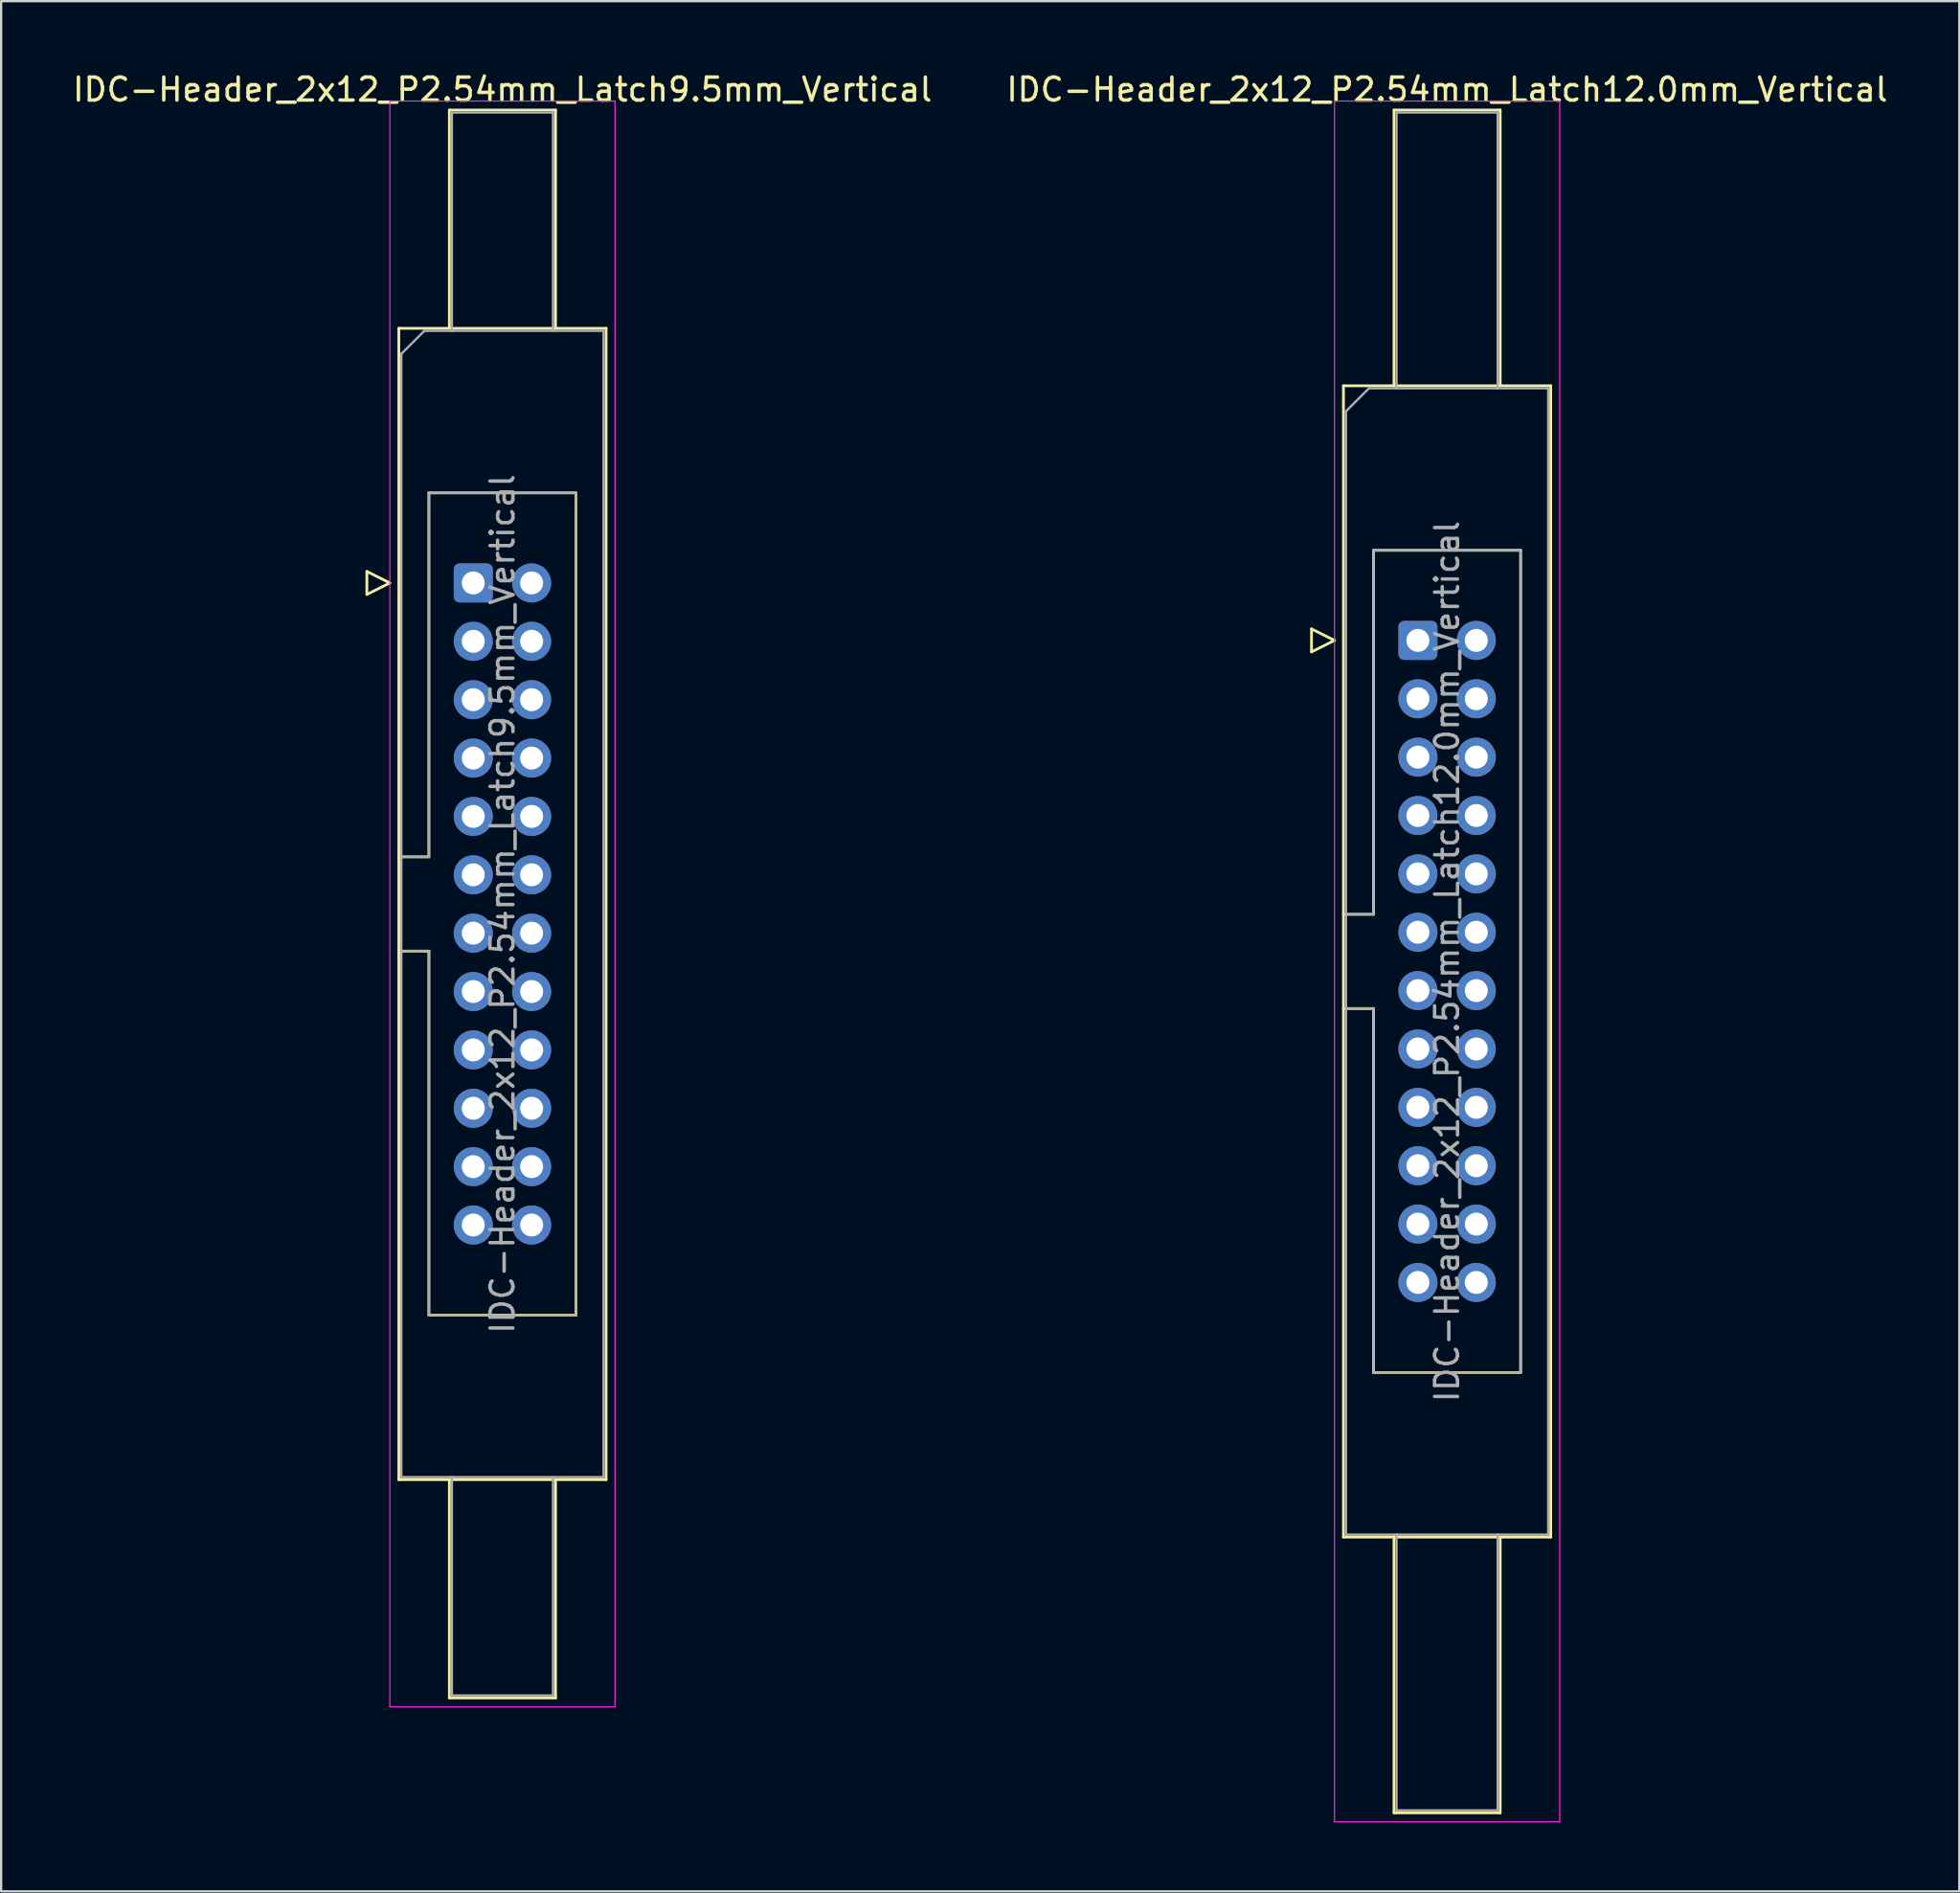
<source format=kicad_pcb>
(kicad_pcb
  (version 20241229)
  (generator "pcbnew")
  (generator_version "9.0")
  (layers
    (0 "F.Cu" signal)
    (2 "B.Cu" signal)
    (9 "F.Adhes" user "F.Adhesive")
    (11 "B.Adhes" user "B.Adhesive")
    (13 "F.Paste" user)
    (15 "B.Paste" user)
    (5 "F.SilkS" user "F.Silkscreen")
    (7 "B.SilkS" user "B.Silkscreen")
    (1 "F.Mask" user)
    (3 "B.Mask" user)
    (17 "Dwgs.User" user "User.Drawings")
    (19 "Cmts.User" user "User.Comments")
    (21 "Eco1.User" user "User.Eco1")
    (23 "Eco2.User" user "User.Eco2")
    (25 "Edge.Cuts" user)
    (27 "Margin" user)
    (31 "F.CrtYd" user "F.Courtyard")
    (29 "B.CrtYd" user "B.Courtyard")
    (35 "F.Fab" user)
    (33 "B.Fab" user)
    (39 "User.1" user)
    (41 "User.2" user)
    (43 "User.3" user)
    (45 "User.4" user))
  (footprint "IDC-Header_2x12_P2.54mm_Latch12.0mm_Vertical"
    (layer "F.Cu")
    (at 58.653 24.818)
    (property "Reference" "IDC-Header_2x12_P2.54mm_Latch12.0mm_Vertical" (at 1.27 -23.97 0) (layer "F.SilkS") (effects (font (size 1 1) (thickness 0.15))))
    (attr through_hole)
    (fp_line (start -4.63 -0.5) (end -4.63 0.5) (stroke (width 0.12) (type solid)) (layer "F.SilkS"))
    (fp_line (start -4.63 0.5) (end -3.63 0) (stroke (width 0.12) (type solid)) (layer "F.SilkS"))
    (fp_line (start -3.63 0) (end -4.63 -0.5) (stroke (width 0.12) (type solid)) (layer "F.SilkS"))
    (fp_line (start -3.24 -11.08) (end 5.78 -11.08) (stroke (width 0.12) (type solid)) (layer "F.SilkS"))
    (fp_line (start -3.24 11.92) (end -1.93 11.92) (stroke (width 0.12) (type solid)) (layer "F.SilkS"))
    (fp_line (start -3.24 39.02) (end -3.24 -11.08) (stroke (width 0.12) (type solid)) (layer "F.SilkS"))
    (fp_line (start -1.93 -3.92) (end 4.47 -3.92) (stroke (width 0.12) (type solid)) (layer "F.SilkS"))
    (fp_line (start -1.93 11.92) (end -1.93 -3.92) (stroke (width 0.12) (type solid)) (layer "F.SilkS"))
    (fp_line (start -1.93 16.02) (end -3.24 16.02) (stroke (width 0.12) (type solid)) (layer "F.SilkS"))
    (fp_line (start -1.93 16.02) (end -1.93 16.02) (stroke (width 0.12) (type solid)) (layer "F.SilkS"))
    (fp_line (start -1.93 31.86) (end -1.93 16.02) (stroke (width 0.12) (type solid)) (layer "F.SilkS"))
    (fp_line (start -1.04 -23.08) (end 3.58 -23.08) (stroke (width 0.12) (type solid)) (layer "F.SilkS"))
    (fp_line (start -1.04 -11.08) (end -1.04 -23.08) (stroke (width 0.12) (type solid)) (layer "F.SilkS"))
    (fp_line (start -1.04 39.02) (end -1.04 51.02) (stroke (width 0.12) (type solid)) (layer "F.SilkS"))
    (fp_line (start -1.04 51.02) (end 3.58 51.02) (stroke (width 0.12) (type solid)) (layer "F.SilkS"))
    (fp_line (start 3.58 -23.08) (end 3.58 -11.08) (stroke (width 0.12) (type solid)) (layer "F.SilkS"))
    (fp_line (start 3.58 51.02) (end 3.58 39.02) (stroke (width 0.12) (type solid)) (layer "F.SilkS"))
    (fp_line (start 4.47 -3.92) (end 4.47 31.86) (stroke (width 0.12) (type solid)) (layer "F.SilkS"))
    (fp_line (start 4.47 31.86) (end -1.93 31.86) (stroke (width 0.12) (type solid)) (layer "F.SilkS"))
    (fp_line (start 5.78 -11.08) (end 5.78 39.02) (stroke (width 0.12) (type solid)) (layer "F.SilkS"))
    (fp_line (start 5.78 39.02) (end -3.24 39.02) (stroke (width 0.12) (type solid)) (layer "F.SilkS"))
    (fp_line (start -3.63 -23.47) (end -3.63 51.41) (stroke (width 0.05) (type solid)) (layer "F.CrtYd"))
    (fp_line (start -3.63 51.41) (end 6.17 51.41) (stroke (width 0.05) (type solid)) (layer "F.CrtYd"))
    (fp_line (start 6.17 -23.47) (end -3.63 -23.47) (stroke (width 0.05) (type solid)) (layer "F.CrtYd"))
    (fp_line (start 6.17 51.41) (end 6.17 -23.47) (stroke (width 0.05) (type solid)) (layer "F.CrtYd"))
    (fp_line (start -3.13 -9.97) (end -2.13 -10.97) (stroke (width 0.1) (type solid)) (layer "F.Fab"))
    (fp_line (start -3.13 11.92) (end -1.93 11.92) (stroke (width 0.1) (type solid)) (layer "F.Fab"))
    (fp_line (start -3.13 38.91) (end -3.13 -9.97) (stroke (width 0.1) (type solid)) (layer "F.Fab"))
    (fp_line (start -2.13 -10.97) (end 5.67 -10.97) (stroke (width 0.1) (type solid)) (layer "F.Fab"))
    (fp_line (start -1.93 -3.92) (end 4.47 -3.92) (stroke (width 0.1) (type solid)) (layer "F.Fab"))
    (fp_line (start -1.93 11.92) (end -1.93 -3.92) (stroke (width 0.1) (type solid)) (layer "F.Fab"))
    (fp_line (start -1.93 16.02) (end -3.13 16.02) (stroke (width 0.1) (type solid)) (layer "F.Fab"))
    (fp_line (start -1.93 16.02) (end -1.93 16.02) (stroke (width 0.1) (type solid)) (layer "F.Fab"))
    (fp_line (start -1.93 31.86) (end -1.93 16.02) (stroke (width 0.1) (type solid)) (layer "F.Fab"))
    (fp_line (start -0.93 -22.97) (end 3.47 -22.97) (stroke (width 0.1) (type solid)) (layer "F.Fab"))
    (fp_line (start -0.93 -10.97) (end -0.93 -22.97) (stroke (width 0.1) (type solid)) (layer "F.Fab"))
    (fp_line (start -0.93 38.91) (end -0.93 50.91) (stroke (width 0.1) (type solid)) (layer "F.Fab"))
    (fp_line (start -0.93 50.91) (end 3.47 50.91) (stroke (width 0.1) (type solid)) (layer "F.Fab"))
    (fp_line (start 3.47 -22.97) (end 3.47 -10.97) (stroke (width 0.1) (type solid)) (layer "F.Fab"))
    (fp_line (start 3.47 50.91) (end 3.47 38.91) (stroke (width 0.1) (type solid)) (layer "F.Fab"))
    (fp_line (start 4.47 -3.92) (end 4.47 31.86) (stroke (width 0.1) (type solid)) (layer "F.Fab"))
    (fp_line (start 4.47 31.86) (end -1.93 31.86) (stroke (width 0.1) (type solid)) (layer "F.Fab"))
    (fp_line (start 5.67 -10.97) (end 5.67 38.91) (stroke (width 0.1) (type solid)) (layer "F.Fab"))
    (fp_line (start 5.67 38.91) (end -3.13 38.91) (stroke (width 0.1) (type solid)) (layer "F.Fab"))
    (fp_text user "${REFERENCE}" (at 1.27 13.97 90) (layer "F.Fab") (effects (font (size 1 1) (thickness 0.15))))
    (pad "1" thru_hole roundrect (at 0 0) (size 1.7 1.7) (drill 1) (layers "*.Cu" "*.Mask") (roundrect_rratio 0.147))
    (pad "2" thru_hole circle (at 2.54 0) (size 1.7 1.7) (drill 1) (layers "*.Cu" "*.Mask"))
    (pad "3" thru_hole circle (at 0 2.54) (size 1.7 1.7) (drill 1) (layers "*.Cu" "*.Mask"))
    (pad "4" thru_hole circle (at 2.54 2.54) (size 1.7 1.7) (drill 1) (layers "*.Cu" "*.Mask"))
    (pad "5" thru_hole circle (at 0 5.08) (size 1.7 1.7) (drill 1) (layers "*.Cu" "*.Mask"))
    (pad "6" thru_hole circle (at 2.54 5.08) (size 1.7 1.7) (drill 1) (layers "*.Cu" "*.Mask"))
    (pad "7" thru_hole circle (at 0 7.62) (size 1.7 1.7) (drill 1) (layers "*.Cu" "*.Mask"))
    (pad "8" thru_hole circle (at 2.54 7.62) (size 1.7 1.7) (drill 1) (layers "*.Cu" "*.Mask"))
    (pad "9" thru_hole circle (at 0 10.16) (size 1.7 1.7) (drill 1) (layers "*.Cu" "*.Mask"))
    (pad "10" thru_hole circle (at 2.54 10.16) (size 1.7 1.7) (drill 1) (layers "*.Cu" "*.Mask"))
    (pad "11" thru_hole circle (at 0 12.7) (size 1.7 1.7) (drill 1) (layers "*.Cu" "*.Mask"))
    (pad "12" thru_hole circle (at 2.54 12.7) (size 1.7 1.7) (drill 1) (layers "*.Cu" "*.Mask"))
    (pad "13" thru_hole circle (at 0 15.24) (size 1.7 1.7) (drill 1) (layers "*.Cu" "*.Mask"))
    (pad "14" thru_hole circle (at 2.54 15.24) (size 1.7 1.7) (drill 1) (layers "*.Cu" "*.Mask"))
    (pad "15" thru_hole circle (at 0 17.78) (size 1.7 1.7) (drill 1) (layers "*.Cu" "*.Mask"))
    (pad "16" thru_hole circle (at 2.54 17.78) (size 1.7 1.7) (drill 1) (layers "*.Cu" "*.Mask"))
    (pad "17" thru_hole circle (at 0 20.32) (size 1.7 1.7) (drill 1) (layers "*.Cu" "*.Mask"))
    (pad "18" thru_hole circle (at 2.54 20.32) (size 1.7 1.7) (drill 1) (layers "*.Cu" "*.Mask"))
    (pad "19" thru_hole circle (at 0 22.86) (size 1.7 1.7) (drill 1) (layers "*.Cu" "*.Mask"))
    (pad "20" thru_hole circle (at 2.54 22.86) (size 1.7 1.7) (drill 1) (layers "*.Cu" "*.Mask"))
    (pad "21" thru_hole circle (at 0 25.4) (size 1.7 1.7) (drill 1) (layers "*.Cu" "*.Mask"))
    (pad "22" thru_hole circle (at 2.54 25.4) (size 1.7 1.7) (drill 1) (layers "*.Cu" "*.Mask"))
    (pad "23" thru_hole circle (at 0 27.94) (size 1.7 1.7) (drill 1) (layers "*.Cu" "*.Mask"))
    (pad "24" thru_hole circle (at 2.54 27.94) (size 1.7 1.7) (drill 1) (layers "*.Cu" "*.Mask")))
  (footprint "IDC-Header_2x12_P2.54mm_Latch9.5mm_Vertical"
    (layer "F.Cu")
    (at 17.545 22.318)
    (property "Reference" "IDC-Header_2x12_P2.54mm_Latch9.5mm_Vertical" (at 1.27 -21.47 0) (layer "F.SilkS") (effects (font (size 1 1) (thickness 0.15))))
    (attr through_hole)
    (fp_line (start -4.63 -0.5) (end -4.63 0.5) (stroke (width 0.12) (type solid)) (layer "F.SilkS"))
    (fp_line (start -4.63 0.5) (end -3.63 0) (stroke (width 0.12) (type solid)) (layer "F.SilkS"))
    (fp_line (start -3.63 0) (end -4.63 -0.5) (stroke (width 0.12) (type solid)) (layer "F.SilkS"))
    (fp_line (start -3.24 -11.08) (end 5.78 -11.08) (stroke (width 0.12) (type solid)) (layer "F.SilkS"))
    (fp_line (start -3.24 11.92) (end -1.93 11.92) (stroke (width 0.12) (type solid)) (layer "F.SilkS"))
    (fp_line (start -3.24 39.02) (end -3.24 -11.08) (stroke (width 0.12) (type solid)) (layer "F.SilkS"))
    (fp_line (start -1.93 -3.92) (end 4.47 -3.92) (stroke (width 0.12) (type solid)) (layer "F.SilkS"))
    (fp_line (start -1.93 11.92) (end -1.93 -3.92) (stroke (width 0.12) (type solid)) (layer "F.SilkS"))
    (fp_line (start -1.93 16.02) (end -3.24 16.02) (stroke (width 0.12) (type solid)) (layer "F.SilkS"))
    (fp_line (start -1.93 16.02) (end -1.93 16.02) (stroke (width 0.12) (type solid)) (layer "F.SilkS"))
    (fp_line (start -1.93 31.86) (end -1.93 16.02) (stroke (width 0.12) (type solid)) (layer "F.SilkS"))
    (fp_line (start -1.04 -20.58) (end 3.58 -20.58) (stroke (width 0.12) (type solid)) (layer "F.SilkS"))
    (fp_line (start -1.04 -11.08) (end -1.04 -20.58) (stroke (width 0.12) (type solid)) (layer "F.SilkS"))
    (fp_line (start -1.04 39.02) (end -1.04 48.52) (stroke (width 0.12) (type solid)) (layer "F.SilkS"))
    (fp_line (start -1.04 48.52) (end 3.58 48.52) (stroke (width 0.12) (type solid)) (layer "F.SilkS"))
    (fp_line (start 3.58 -20.58) (end 3.58 -11.08) (stroke (width 0.12) (type solid)) (layer "F.SilkS"))
    (fp_line (start 3.58 48.52) (end 3.58 39.02) (stroke (width 0.12) (type solid)) (layer "F.SilkS"))
    (fp_line (start 4.47 -3.92) (end 4.47 31.86) (stroke (width 0.12) (type solid)) (layer "F.SilkS"))
    (fp_line (start 4.47 31.86) (end -1.93 31.86) (stroke (width 0.12) (type solid)) (layer "F.SilkS"))
    (fp_line (start 5.78 -11.08) (end 5.78 39.02) (stroke (width 0.12) (type solid)) (layer "F.SilkS"))
    (fp_line (start 5.78 39.02) (end -3.24 39.02) (stroke (width 0.12) (type solid)) (layer "F.SilkS"))
    (fp_line (start -3.63 -20.97) (end -3.63 48.91) (stroke (width 0.05) (type solid)) (layer "F.CrtYd"))
    (fp_line (start -3.63 48.91) (end 6.17 48.91) (stroke (width 0.05) (type solid)) (layer "F.CrtYd"))
    (fp_line (start 6.17 -20.97) (end -3.63 -20.97) (stroke (width 0.05) (type solid)) (layer "F.CrtYd"))
    (fp_line (start 6.17 48.91) (end 6.17 -20.97) (stroke (width 0.05) (type solid)) (layer "F.CrtYd"))
    (fp_line (start -3.13 -9.97) (end -2.13 -10.97) (stroke (width 0.1) (type solid)) (layer "F.Fab"))
    (fp_line (start -3.13 11.92) (end -1.93 11.92) (stroke (width 0.1) (type solid)) (layer "F.Fab"))
    (fp_line (start -3.13 38.91) (end -3.13 -9.97) (stroke (width 0.1) (type solid)) (layer "F.Fab"))
    (fp_line (start -2.13 -10.97) (end 5.67 -10.97) (stroke (width 0.1) (type solid)) (layer "F.Fab"))
    (fp_line (start -1.93 -3.92) (end 4.47 -3.92) (stroke (width 0.1) (type solid)) (layer "F.Fab"))
    (fp_line (start -1.93 11.92) (end -1.93 -3.92) (stroke (width 0.1) (type solid)) (layer "F.Fab"))
    (fp_line (start -1.93 16.02) (end -3.13 16.02) (stroke (width 0.1) (type solid)) (layer "F.Fab"))
    (fp_line (start -1.93 16.02) (end -1.93 16.02) (stroke (width 0.1) (type solid)) (layer "F.Fab"))
    (fp_line (start -1.93 31.86) (end -1.93 16.02) (stroke (width 0.1) (type solid)) (layer "F.Fab"))
    (fp_line (start -0.93 -20.47) (end 3.47 -20.47) (stroke (width 0.1) (type solid)) (layer "F.Fab"))
    (fp_line (start -0.93 -10.97) (end -0.93 -20.47) (stroke (width 0.1) (type solid)) (layer "F.Fab"))
    (fp_line (start -0.93 38.91) (end -0.93 48.41) (stroke (width 0.1) (type solid)) (layer "F.Fab"))
    (fp_line (start -0.93 48.41) (end 3.47 48.41) (stroke (width 0.1) (type solid)) (layer "F.Fab"))
    (fp_line (start 3.47 -20.47) (end 3.47 -10.97) (stroke (width 0.1) (type solid)) (layer "F.Fab"))
    (fp_line (start 3.47 48.41) (end 3.47 38.91) (stroke (width 0.1) (type solid)) (layer "F.Fab"))
    (fp_line (start 4.47 -3.92) (end 4.47 31.86) (stroke (width 0.1) (type solid)) (layer "F.Fab"))
    (fp_line (start 4.47 31.86) (end -1.93 31.86) (stroke (width 0.1) (type solid)) (layer "F.Fab"))
    (fp_line (start 5.67 -10.97) (end 5.67 38.91) (stroke (width 0.1) (type solid)) (layer "F.Fab"))
    (fp_line (start 5.67 38.91) (end -3.13 38.91) (stroke (width 0.1) (type solid)) (layer "F.Fab"))
    (fp_text user "${REFERENCE}" (at 1.27 13.97 90) (layer "F.Fab") (effects (font (size 1 1) (thickness 0.15))))
    (pad "1" thru_hole roundrect (at 0 0) (size 1.7 1.7) (drill 1) (layers "*.Cu" "*.Mask") (roundrect_rratio 0.147))
    (pad "2" thru_hole circle (at 2.54 0) (size 1.7 1.7) (drill 1) (layers "*.Cu" "*.Mask"))
    (pad "3" thru_hole circle (at 0 2.54) (size 1.7 1.7) (drill 1) (layers "*.Cu" "*.Mask"))
    (pad "4" thru_hole circle (at 2.54 2.54) (size 1.7 1.7) (drill 1) (layers "*.Cu" "*.Mask"))
    (pad "5" thru_hole circle (at 0 5.08) (size 1.7 1.7) (drill 1) (layers "*.Cu" "*.Mask"))
    (pad "6" thru_hole circle (at 2.54 5.08) (size 1.7 1.7) (drill 1) (layers "*.Cu" "*.Mask"))
    (pad "7" thru_hole circle (at 0 7.62) (size 1.7 1.7) (drill 1) (layers "*.Cu" "*.Mask"))
    (pad "8" thru_hole circle (at 2.54 7.62) (size 1.7 1.7) (drill 1) (layers "*.Cu" "*.Mask"))
    (pad "9" thru_hole circle (at 0 10.16) (size 1.7 1.7) (drill 1) (layers "*.Cu" "*.Mask"))
    (pad "10" thru_hole circle (at 2.54 10.16) (size 1.7 1.7) (drill 1) (layers "*.Cu" "*.Mask"))
    (pad "11" thru_hole circle (at 0 12.7) (size 1.7 1.7) (drill 1) (layers "*.Cu" "*.Mask"))
    (pad "12" thru_hole circle (at 2.54 12.7) (size 1.7 1.7) (drill 1) (layers "*.Cu" "*.Mask"))
    (pad "13" thru_hole circle (at 0 15.24) (size 1.7 1.7) (drill 1) (layers "*.Cu" "*.Mask"))
    (pad "14" thru_hole circle (at 2.54 15.24) (size 1.7 1.7) (drill 1) (layers "*.Cu" "*.Mask"))
    (pad "15" thru_hole circle (at 0 17.78) (size 1.7 1.7) (drill 1) (layers "*.Cu" "*.Mask"))
    (pad "16" thru_hole circle (at 2.54 17.78) (size 1.7 1.7) (drill 1) (layers "*.Cu" "*.Mask"))
    (pad "17" thru_hole circle (at 0 20.32) (size 1.7 1.7) (drill 1) (layers "*.Cu" "*.Mask"))
    (pad "18" thru_hole circle (at 2.54 20.32) (size 1.7 1.7) (drill 1) (layers "*.Cu" "*.Mask"))
    (pad "19" thru_hole circle (at 0 22.86) (size 1.7 1.7) (drill 1) (layers "*.Cu" "*.Mask"))
    (pad "20" thru_hole circle (at 2.54 22.86) (size 1.7 1.7) (drill 1) (layers "*.Cu" "*.Mask"))
    (pad "21" thru_hole circle (at 0 25.4) (size 1.7 1.7) (drill 1) (layers "*.Cu" "*.Mask"))
    (pad "22" thru_hole circle (at 2.54 25.4) (size 1.7 1.7) (drill 1) (layers "*.Cu" "*.Mask"))
    (pad "23" thru_hole circle (at 0 27.94) (size 1.7 1.7) (drill 1) (layers "*.Cu" "*.Mask"))
    (pad "24" thru_hole circle (at 2.54 27.94) (size 1.7 1.7) (drill 1) (layers "*.Cu" "*.Mask")))
  (gr_rect
    (start -3 -3)
    (end 82.214 79.253)
    (stroke (width 0.1) (type default))
    (fill no)
    (layer "Edge.Cuts")))
</source>
